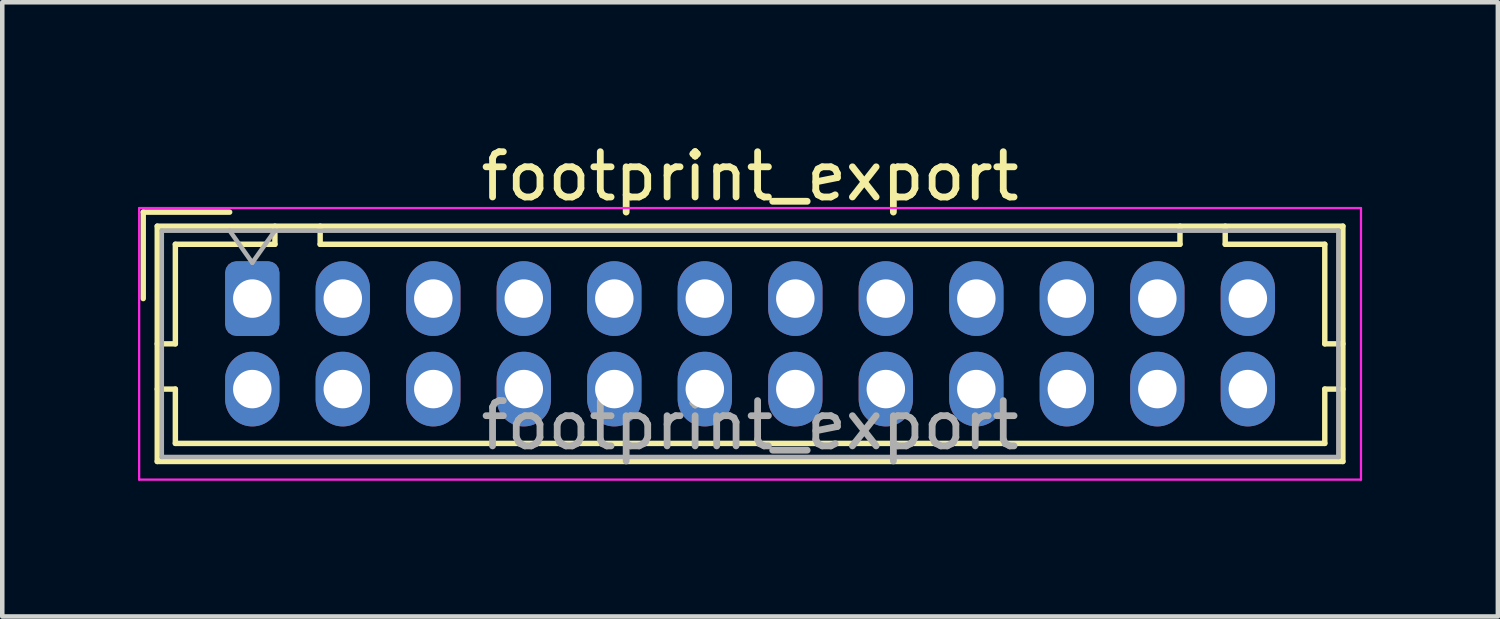
<source format=kicad_pcb>
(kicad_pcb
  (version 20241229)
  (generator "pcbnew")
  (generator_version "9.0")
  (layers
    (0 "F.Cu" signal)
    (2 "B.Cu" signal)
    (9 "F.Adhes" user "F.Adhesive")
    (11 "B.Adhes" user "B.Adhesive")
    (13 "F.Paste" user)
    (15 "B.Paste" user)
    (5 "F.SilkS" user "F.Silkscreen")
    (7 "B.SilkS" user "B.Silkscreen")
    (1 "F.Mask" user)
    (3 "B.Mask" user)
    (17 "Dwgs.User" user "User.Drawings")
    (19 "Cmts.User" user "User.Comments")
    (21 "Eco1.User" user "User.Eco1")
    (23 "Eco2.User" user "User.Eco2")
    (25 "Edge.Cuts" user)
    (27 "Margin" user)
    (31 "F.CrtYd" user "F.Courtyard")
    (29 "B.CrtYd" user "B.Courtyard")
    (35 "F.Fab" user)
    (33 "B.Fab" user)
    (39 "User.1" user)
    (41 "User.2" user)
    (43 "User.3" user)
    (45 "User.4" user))
  (footprint "footprint_export"
    (layer "F.Cu")
    (at 2.525 3.548)
    (property "Reference" "footprint_export" (at 11 -2.7 0) (layer "F.SilkS") (effects (font (size 1 1) (thickness 0.15))))
    (attr through_hole)
    (fp_line (start -2.41 -1.91) (end -0.5 -1.91) (stroke (width 0.12) (type solid)) (layer "F.SilkS"))
    (fp_line (start -2.41 0) (end -2.41 -1.91) (stroke (width 0.12) (type solid)) (layer "F.SilkS"))
    (fp_line (start -2.1 -1.6) (end -2.1 3.6) (stroke (width 0.12) (type solid)) (layer "F.SilkS"))
    (fp_line (start -2.1 1) (end -1.7 1) (stroke (width 0.12) (type solid)) (layer "F.SilkS"))
    (fp_line (start -2.1 2) (end -1.7 2) (stroke (width 0.12) (type solid)) (layer "F.SilkS"))
    (fp_line (start -2.1 3.6) (end 24.1 3.6) (stroke (width 0.12) (type solid)) (layer "F.SilkS"))
    (fp_line (start -1.7 -1.2) (end 0.5 -1.2) (stroke (width 0.12) (type solid)) (layer "F.SilkS"))
    (fp_line (start -1.7 1) (end -1.7 -1.2) (stroke (width 0.12) (type solid)) (layer "F.SilkS"))
    (fp_line (start -1.7 2) (end -1.7 3.2) (stroke (width 0.12) (type solid)) (layer "F.SilkS"))
    (fp_line (start -1.7 3.2) (end 23.7 3.2) (stroke (width 0.12) (type solid)) (layer "F.SilkS"))
    (fp_line (start 0.5 -1.2) (end 0.5 -1.6) (stroke (width 0.12) (type solid)) (layer "F.SilkS"))
    (fp_line (start 1.5 -1.6) (end 1.5 -1.2) (stroke (width 0.12) (type solid)) (layer "F.SilkS"))
    (fp_line (start 1.5 -1.2) (end 20.5 -1.2) (stroke (width 0.12) (type solid)) (layer "F.SilkS"))
    (fp_line (start 20.5 -1.2) (end 20.5 -1.6) (stroke (width 0.12) (type solid)) (layer "F.SilkS"))
    (fp_line (start 21.5 -1.2) (end 21.5 -1.6) (stroke (width 0.12) (type solid)) (layer "F.SilkS"))
    (fp_line (start 23.7 -1.2) (end 21.5 -1.2) (stroke (width 0.12) (type solid)) (layer "F.SilkS"))
    (fp_line (start 23.7 1) (end 23.7 -1.2) (stroke (width 0.12) (type solid)) (layer "F.SilkS"))
    (fp_line (start 23.7 2) (end 24.1 2) (stroke (width 0.12) (type solid)) (layer "F.SilkS"))
    (fp_line (start 23.7 3.2) (end 23.7 2) (stroke (width 0.12) (type solid)) (layer "F.SilkS"))
    (fp_line (start 24.1 -1.6) (end -2.1 -1.6) (stroke (width 0.12) (type solid)) (layer "F.SilkS"))
    (fp_line (start 24.1 1) (end 23.7 1) (stroke (width 0.12) (type solid)) (layer "F.SilkS"))
    (fp_line (start 24.1 3.6) (end 24.1 -1.6) (stroke (width 0.12) (type solid)) (layer "F.SilkS"))
    (fp_line (start -2.5 -2) (end -2.5 4) (stroke (width 0.05) (type solid)) (layer "F.CrtYd"))
    (fp_line (start -2.5 4) (end 24.5 4) (stroke (width 0.05) (type solid)) (layer "F.CrtYd"))
    (fp_line (start 24.5 -2) (end -2.5 -2) (stroke (width 0.05) (type solid)) (layer "F.CrtYd"))
    (fp_line (start 24.5 4) (end 24.5 -2) (stroke (width 0.05) (type solid)) (layer "F.CrtYd"))
    (fp_line (start -2 -1.5) (end -2 3.5) (stroke (width 0.1) (type solid)) (layer "F.Fab"))
    (fp_line (start -2 3.5) (end 24 3.5) (stroke (width 0.1) (type solid)) (layer "F.Fab"))
    (fp_line (start -0.5 -1.5) (end 0 -0.793) (stroke (width 0.1) (type solid)) (layer "F.Fab"))
    (fp_line (start 0 -0.793) (end 0.5 -1.5) (stroke (width 0.1) (type solid)) (layer "F.Fab"))
    (fp_line (start 24 -1.5) (end -2 -1.5) (stroke (width 0.1) (type solid)) (layer "F.Fab"))
    (fp_line (start 24 3.5) (end 24 -1.5) (stroke (width 0.1) (type solid)) (layer "F.Fab"))
    (fp_text user "${REFERENCE}" (at 11 2.8 0) (layer "F.Fab") (effects (font (size 1 1) (thickness 0.15))))
    (pad "1" thru_hole roundrect (at 0 0) (size 1.2 1.65) (drill 0.85) (layers "*.Cu" "*.Mask") (roundrect_rratio 0.208))
    (pad "2" thru_hole oval (at 0 2) (size 1.2 1.65) (drill 0.85) (layers "*.Cu" "*.Mask"))
    (pad "3" thru_hole oval (at 2 0) (size 1.2 1.65) (drill 0.85) (layers "*.Cu" "*.Mask"))
    (pad "4" thru_hole oval (at 2 2) (size 1.2 1.65) (drill 0.85) (layers "*.Cu" "*.Mask"))
    (pad "5" thru_hole oval (at 4 0) (size 1.2 1.65) (drill 0.85) (layers "*.Cu" "*.Mask"))
    (pad "6" thru_hole oval (at 4 2) (size 1.2 1.65) (drill 0.85) (layers "*.Cu" "*.Mask"))
    (pad "7" thru_hole oval (at 6 0) (size 1.2 1.65) (drill 0.85) (layers "*.Cu" "*.Mask"))
    (pad "8" thru_hole oval (at 6 2) (size 1.2 1.65) (drill 0.85) (layers "*.Cu" "*.Mask"))
    (pad "9" thru_hole oval (at 8 0) (size 1.2 1.65) (drill 0.85) (layers "*.Cu" "*.Mask"))
    (pad "10" thru_hole oval (at 8 2) (size 1.2 1.65) (drill 0.85) (layers "*.Cu" "*.Mask"))
    (pad "11" thru_hole oval (at 10 0) (size 1.2 1.65) (drill 0.85) (layers "*.Cu" "*.Mask"))
    (pad "12" thru_hole oval (at 10 2) (size 1.2 1.65) (drill 0.85) (layers "*.Cu" "*.Mask"))
    (pad "13" thru_hole oval (at 12 0) (size 1.2 1.65) (drill 0.85) (layers "*.Cu" "*.Mask"))
    (pad "14" thru_hole oval (at 12 2) (size 1.2 1.65) (drill 0.85) (layers "*.Cu" "*.Mask"))
    (pad "15" thru_hole oval (at 14 0) (size 1.2 1.65) (drill 0.85) (layers "*.Cu" "*.Mask"))
    (pad "16" thru_hole oval (at 14 2) (size 1.2 1.65) (drill 0.85) (layers "*.Cu" "*.Mask"))
    (pad "17" thru_hole oval (at 16 0) (size 1.2 1.65) (drill 0.85) (layers "*.Cu" "*.Mask"))
    (pad "18" thru_hole oval (at 16 2) (size 1.2 1.65) (drill 0.85) (layers "*.Cu" "*.Mask"))
    (pad "19" thru_hole oval (at 18 0) (size 1.2 1.65) (drill 0.85) (layers "*.Cu" "*.Mask"))
    (pad "20" thru_hole oval (at 18 2) (size 1.2 1.65) (drill 0.85) (layers "*.Cu" "*.Mask"))
    (pad "21" thru_hole oval (at 20 0) (size 1.2 1.65) (drill 0.85) (layers "*.Cu" "*.Mask"))
    (pad "22" thru_hole oval (at 20 2) (size 1.2 1.65) (drill 0.85) (layers "*.Cu" "*.Mask"))
    (pad "23" thru_hole oval (at 22 0) (size 1.2 1.65) (drill 0.85) (layers "*.Cu" "*.Mask"))
    (pad "24" thru_hole oval (at 22 2) (size 1.2 1.65) (drill 0.85) (layers "*.Cu" "*.Mask")))
  (gr_rect
    (start -3 -3)
    (end 30.05 10.573)
    (stroke (width 0.1) (type default))
    (fill no)
    (layer "Edge.Cuts")))
</source>
